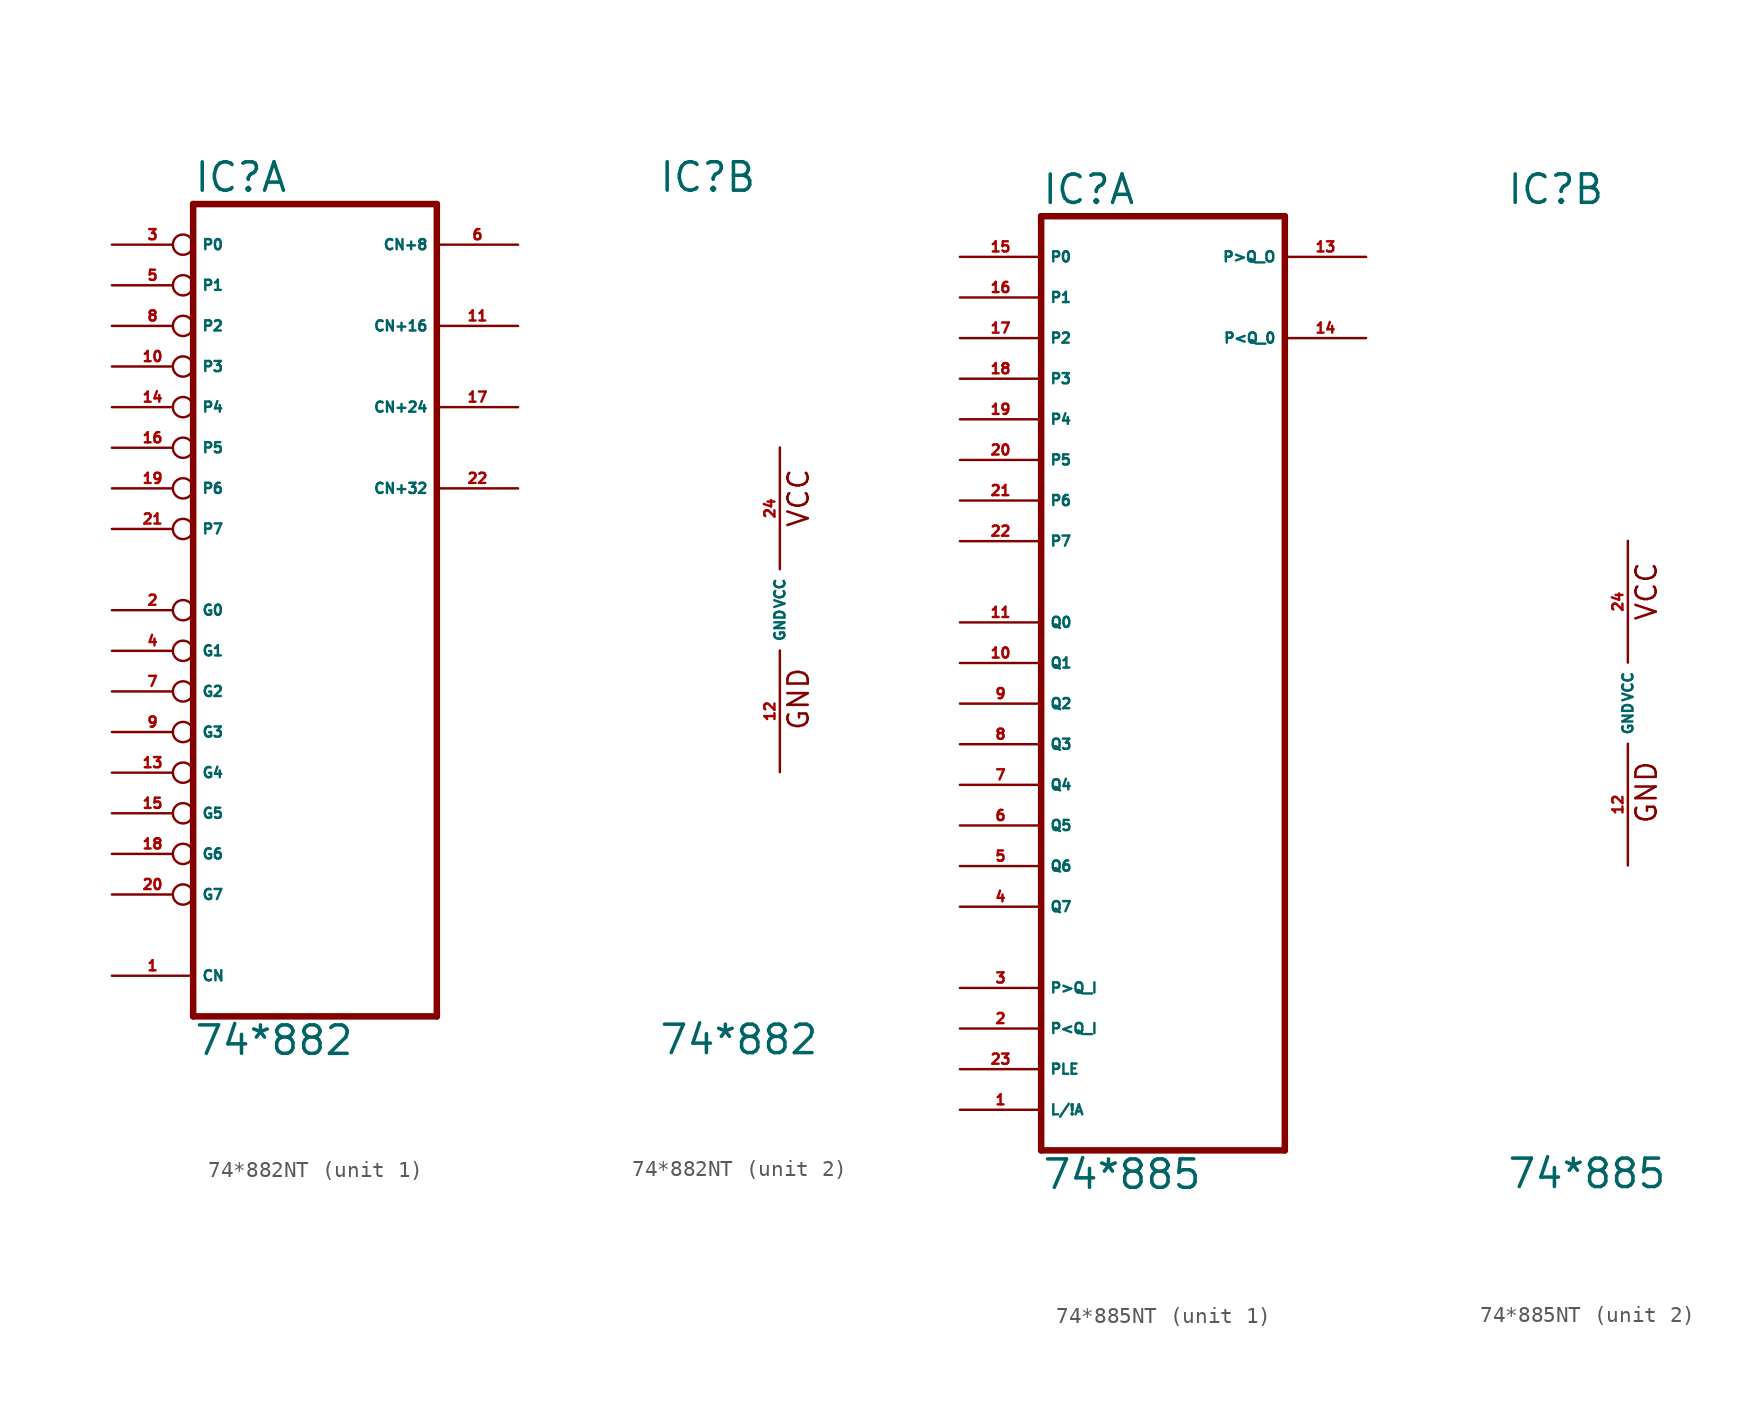
<source format=kicad_sym>
(kicad_symbol_lib
  (version 20220914)
  (generator Eagle2Kicad)
  (symbol "74*882NT"
    (property "Reference" "IC"
      (at -7.62 26.035 0)
      (effects (font (size 1.778 1.778) (thickness 0.22)) (justify left bottom)))
    (property "Value" "74*882"
      (at -7.62 -27.94 0)
      (effects (font (size 1.778 1.778) (thickness 0.22)) (justify left bottom)))
    (symbol "74*882NT_1_0"
      (polyline (pts (xy -7.62 -25.4) (xy 7.62 -25.4)) (stroke (width 0.406) (type default)) (fill (type none)))
      (polyline (pts (xy 7.62 -25.4) (xy 7.62 25.4)) (stroke (width 0.406) (type default)) (fill (type none)))
      (polyline (pts (xy 7.62 25.4) (xy -7.62 25.4)) (stroke (width 0.406) (type default)) (fill (type none)))
      (polyline (pts (xy -7.62 25.4) (xy -7.62 -25.4)) (stroke (width 0.406) (type default)) (fill (type none)))
      (pin input line (at -12.7 -22.86 0) (length 5.08) (name "CN" (effects (font (size 0.635 0.635) (thickness 0.08)) (justify left bottom))) (number "1" (effects (font (size 0.635 0.635) (thickness 0.08)) (justify left bottom))))
      (pin input inverted (at -12.7 0 0) (length 5.08) (name "G0" (effects (font (size 0.635 0.635) (thickness 0.08)) (justify left bottom))) (number "2" (effects (font (size 0.635 0.635) (thickness 0.08)) (justify left bottom))))
      (pin input inverted (at -12.7 22.86 0) (length 5.08) (name "P0" (effects (font (size 0.635 0.635) (thickness 0.08)) (justify left bottom))) (number "3" (effects (font (size 0.635 0.635) (thickness 0.08)) (justify left bottom))))
      (pin input inverted (at -12.7 -2.54 0) (length 5.08) (name "G1" (effects (font (size 0.635 0.635) (thickness 0.08)) (justify left bottom))) (number "4" (effects (font (size 0.635 0.635) (thickness 0.08)) (justify left bottom))))
      (pin input inverted (at -12.7 20.32 0) (length 5.08) (name "P1" (effects (font (size 0.635 0.635) (thickness 0.08)) (justify left bottom))) (number "5" (effects (font (size 0.635 0.635) (thickness 0.08)) (justify left bottom))))
      (pin output line (at 12.7 22.86 180) (length 5.08) (name "CN+8" (effects (font (size 0.635 0.635) (thickness 0.08)) (justify left bottom))) (number "6" (effects (font (size 0.635 0.635) (thickness 0.08)) (justify left bottom))))
      (pin input inverted (at -12.7 -5.08 0) (length 5.08) (name "G2" (effects (font (size 0.635 0.635) (thickness 0.08)) (justify left bottom))) (number "7" (effects (font (size 0.635 0.635) (thickness 0.08)) (justify left bottom))))
      (pin input inverted (at -12.7 17.78 0) (length 5.08) (name "P2" (effects (font (size 0.635 0.635) (thickness 0.08)) (justify left bottom))) (number "8" (effects (font (size 0.635 0.635) (thickness 0.08)) (justify left bottom))))
      (pin input inverted (at -12.7 -7.62 0) (length 5.08) (name "G3" (effects (font (size 0.635 0.635) (thickness 0.08)) (justify left bottom))) (number "9" (effects (font (size 0.635 0.635) (thickness 0.08)) (justify left bottom))))
      (pin input inverted (at -12.7 15.24 0) (length 5.08) (name "P3" (effects (font (size 0.635 0.635) (thickness 0.08)) (justify left bottom))) (number "10" (effects (font (size 0.635 0.635) (thickness 0.08)) (justify left bottom))))
      (pin output line (at 12.7 17.78 180) (length 5.08) (name "CN+16" (effects (font (size 0.635 0.635) (thickness 0.08)) (justify left bottom))) (number "11" (effects (font (size 0.635 0.635) (thickness 0.08)) (justify left bottom))))
      (pin input inverted (at -12.7 -10.16 0) (length 5.08) (name "G4" (effects (font (size 0.635 0.635) (thickness 0.08)) (justify left bottom))) (number "13" (effects (font (size 0.635 0.635) (thickness 0.08)) (justify left bottom))))
      (pin input inverted (at -12.7 12.7 0) (length 5.08) (name "P4" (effects (font (size 0.635 0.635) (thickness 0.08)) (justify left bottom))) (number "14" (effects (font (size 0.635 0.635) (thickness 0.08)) (justify left bottom))))
      (pin input inverted (at -12.7 -12.7 0) (length 5.08) (name "G5" (effects (font (size 0.635 0.635) (thickness 0.08)) (justify left bottom))) (number "15" (effects (font (size 0.635 0.635) (thickness 0.08)) (justify left bottom))))
      (pin input inverted (at -12.7 10.16 0) (length 5.08) (name "P5" (effects (font (size 0.635 0.635) (thickness 0.08)) (justify left bottom))) (number "16" (effects (font (size 0.635 0.635) (thickness 0.08)) (justify left bottom))))
      (pin output line (at 12.7 12.7 180) (length 5.08) (name "CN+24" (effects (font (size 0.635 0.635) (thickness 0.08)) (justify left bottom))) (number "17" (effects (font (size 0.635 0.635) (thickness 0.08)) (justify left bottom))))
      (pin input inverted (at -12.7 -15.24 0) (length 5.08) (name "G6" (effects (font (size 0.635 0.635) (thickness 0.08)) (justify left bottom))) (number "18" (effects (font (size 0.635 0.635) (thickness 0.08)) (justify left bottom))))
      (pin input inverted (at -12.7 7.62 0) (length 5.08) (name "P6" (effects (font (size 0.635 0.635) (thickness 0.08)) (justify left bottom))) (number "19" (effects (font (size 0.635 0.635) (thickness 0.08)) (justify left bottom))))
      (pin input inverted (at -12.7 -17.78 0) (length 5.08) (name "G7" (effects (font (size 0.635 0.635) (thickness 0.08)) (justify left bottom))) (number "20" (effects (font (size 0.635 0.635) (thickness 0.08)) (justify left bottom))))
      (pin input inverted (at -12.7 5.08 0) (length 5.08) (name "P7" (effects (font (size 0.635 0.635) (thickness 0.08)) (justify left bottom))) (number "21" (effects (font (size 0.635 0.635) (thickness 0.08)) (justify left bottom))))
      (pin output line (at 12.7 7.62 180) (length 5.08) (name "CN+32" (effects (font (size 0.635 0.635) (thickness 0.08)) (justify left bottom))) (number "22" (effects (font (size 0.635 0.635) (thickness 0.08)) (justify left bottom)))))
    (symbol "74*882NT_2_0"
      (text "GND" (at 1.905 -7.62 900) (effects (font (size 1.27 1.27) (thickness 0.16)) (justify left bottom)))
      (text "VCC" (at 1.905 5.08 900) (effects (font (size 1.27 1.27) (thickness 0.16)) (justify left bottom)))
      (pin unspecified line (at 0 -10.16 90) (length 7.62) (name "GND" (effects (font (size 0.635 0.635) (thickness 0.08)) (justify left bottom))) (number "12" (effects (font (size 0.635 0.635) (thickness 0.08)) (justify left bottom))))
      (pin unspecified line (at 0 10.16 270) (length 7.62) (name "VCC" (effects (font (size 0.635 0.635) (thickness 0.08)) (justify left bottom))) (number "24" (effects (font (size 0.635 0.635) (thickness 0.08)) (justify left bottom))))))
  (symbol "74*885NT"
    (property "Reference" "IC"
      (at -7.62 31.115 0)
      (effects (font (size 1.778 1.778) (thickness 0.22)) (justify left bottom)))
    (property "Value" "74*885"
      (at -7.62 -30.48 0)
      (effects (font (size 1.778 1.778) (thickness 0.22)) (justify left bottom)))
    (symbol "74*885NT_1_0"
      (polyline (pts (xy -7.62 -27.94) (xy 7.62 -27.94)) (stroke (width 0.406) (type default)) (fill (type none)))
      (polyline (pts (xy 7.62 -27.94) (xy 7.62 30.48)) (stroke (width 0.406) (type default)) (fill (type none)))
      (polyline (pts (xy 7.62 30.48) (xy -7.62 30.48)) (stroke (width 0.406) (type default)) (fill (type none)))
      (polyline (pts (xy -7.62 30.48) (xy -7.62 -27.94)) (stroke (width 0.406) (type default)) (fill (type none)))
      (pin input line (at -12.7 -25.4 0) (length 5.08) (name "L/!A" (effects (font (size 0.635 0.635) (thickness 0.08)) (justify left bottom))) (number "1" (effects (font (size 0.635 0.635) (thickness 0.08)) (justify left bottom))))
      (pin input line (at -12.7 -20.32 0) (length 5.08) (name "P<Q_I" (effects (font (size 0.635 0.635) (thickness 0.08)) (justify left bottom))) (number "2" (effects (font (size 0.635 0.635) (thickness 0.08)) (justify left bottom))))
      (pin input line (at -12.7 -17.78 0) (length 5.08) (name "P>Q_I" (effects (font (size 0.635 0.635) (thickness 0.08)) (justify left bottom))) (number "3" (effects (font (size 0.635 0.635) (thickness 0.08)) (justify left bottom))))
      (pin input line (at -12.7 -12.7 0) (length 5.08) (name "Q7" (effects (font (size 0.635 0.635) (thickness 0.08)) (justify left bottom))) (number "4" (effects (font (size 0.635 0.635) (thickness 0.08)) (justify left bottom))))
      (pin input line (at -12.7 -10.16 0) (length 5.08) (name "Q6" (effects (font (size 0.635 0.635) (thickness 0.08)) (justify left bottom))) (number "5" (effects (font (size 0.635 0.635) (thickness 0.08)) (justify left bottom))))
      (pin input line (at -12.7 -7.62 0) (length 5.08) (name "Q5" (effects (font (size 0.635 0.635) (thickness 0.08)) (justify left bottom))) (number "6" (effects (font (size 0.635 0.635) (thickness 0.08)) (justify left bottom))))
      (pin input line (at -12.7 -5.08 0) (length 5.08) (name "Q4" (effects (font (size 0.635 0.635) (thickness 0.08)) (justify left bottom))) (number "7" (effects (font (size 0.635 0.635) (thickness 0.08)) (justify left bottom))))
      (pin input line (at -12.7 -2.54 0) (length 5.08) (name "Q3" (effects (font (size 0.635 0.635) (thickness 0.08)) (justify left bottom))) (number "8" (effects (font (size 0.635 0.635) (thickness 0.08)) (justify left bottom))))
      (pin input line (at -12.7 0 0) (length 5.08) (name "Q2" (effects (font (size 0.635 0.635) (thickness 0.08)) (justify left bottom))) (number "9" (effects (font (size 0.635 0.635) (thickness 0.08)) (justify left bottom))))
      (pin input line (at -12.7 2.54 0) (length 5.08) (name "Q1" (effects (font (size 0.635 0.635) (thickness 0.08)) (justify left bottom))) (number "10" (effects (font (size 0.635 0.635) (thickness 0.08)) (justify left bottom))))
      (pin input line (at -12.7 5.08 0) (length 5.08) (name "Q0" (effects (font (size 0.635 0.635) (thickness 0.08)) (justify left bottom))) (number "11" (effects (font (size 0.635 0.635) (thickness 0.08)) (justify left bottom))))
      (pin output line (at 12.7 27.94 180) (length 5.08) (name "P>Q_O" (effects (font (size 0.635 0.635) (thickness 0.08)) (justify left bottom))) (number "13" (effects (font (size 0.635 0.635) (thickness 0.08)) (justify left bottom))))
      (pin output line (at 12.7 22.86 180) (length 5.08) (name "P<Q_0" (effects (font (size 0.635 0.635) (thickness 0.08)) (justify left bottom))) (number "14" (effects (font (size 0.635 0.635) (thickness 0.08)) (justify left bottom))))
      (pin input line (at -12.7 27.94 0) (length 5.08) (name "P0" (effects (font (size 0.635 0.635) (thickness 0.08)) (justify left bottom))) (number "15" (effects (font (size 0.635 0.635) (thickness 0.08)) (justify left bottom))))
      (pin input line (at -12.7 25.4 0) (length 5.08) (name "P1" (effects (font (size 0.635 0.635) (thickness 0.08)) (justify left bottom))) (number "16" (effects (font (size 0.635 0.635) (thickness 0.08)) (justify left bottom))))
      (pin input line (at -12.7 22.86 0) (length 5.08) (name "P2" (effects (font (size 0.635 0.635) (thickness 0.08)) (justify left bottom))) (number "17" (effects (font (size 0.635 0.635) (thickness 0.08)) (justify left bottom))))
      (pin input line (at -12.7 20.32 0) (length 5.08) (name "P3" (effects (font (size 0.635 0.635) (thickness 0.08)) (justify left bottom))) (number "18" (effects (font (size 0.635 0.635) (thickness 0.08)) (justify left bottom))))
      (pin input line (at -12.7 17.78 0) (length 5.08) (name "P4" (effects (font (size 0.635 0.635) (thickness 0.08)) (justify left bottom))) (number "19" (effects (font (size 0.635 0.635) (thickness 0.08)) (justify left bottom))))
      (pin input line (at -12.7 15.24 0) (length 5.08) (name "P5" (effects (font (size 0.635 0.635) (thickness 0.08)) (justify left bottom))) (number "20" (effects (font (size 0.635 0.635) (thickness 0.08)) (justify left bottom))))
      (pin input line (at -12.7 12.7 0) (length 5.08) (name "P6" (effects (font (size 0.635 0.635) (thickness 0.08)) (justify left bottom))) (number "21" (effects (font (size 0.635 0.635) (thickness 0.08)) (justify left bottom))))
      (pin input line (at -12.7 10.16 0) (length 5.08) (name "P7" (effects (font (size 0.635 0.635) (thickness 0.08)) (justify left bottom))) (number "22" (effects (font (size 0.635 0.635) (thickness 0.08)) (justify left bottom))))
      (pin input line (at -12.7 -22.86 0) (length 5.08) (name "PLE" (effects (font (size 0.635 0.635) (thickness 0.08)) (justify left bottom))) (number "23" (effects (font (size 0.635 0.635) (thickness 0.08)) (justify left bottom)))))
    (symbol "74*885NT_2_0"
      (text "GND" (at 1.905 -7.62 900) (effects (font (size 1.27 1.27) (thickness 0.16)) (justify left bottom)))
      (text "VCC" (at 1.905 5.08 900) (effects (font (size 1.27 1.27) (thickness 0.16)) (justify left bottom)))
      (pin unspecified line (at 0 -10.16 90) (length 7.62) (name "GND" (effects (font (size 0.635 0.635) (thickness 0.08)) (justify left bottom))) (number "12" (effects (font (size 0.635 0.635) (thickness 0.08)) (justify left bottom))))
      (pin unspecified line (at 0 10.16 270) (length 7.62) (name "VCC" (effects (font (size 0.635 0.635) (thickness 0.08)) (justify left bottom))) (number "24" (effects (font (size 0.635 0.635) (thickness 0.08)) (justify left bottom)))))))
</source>
